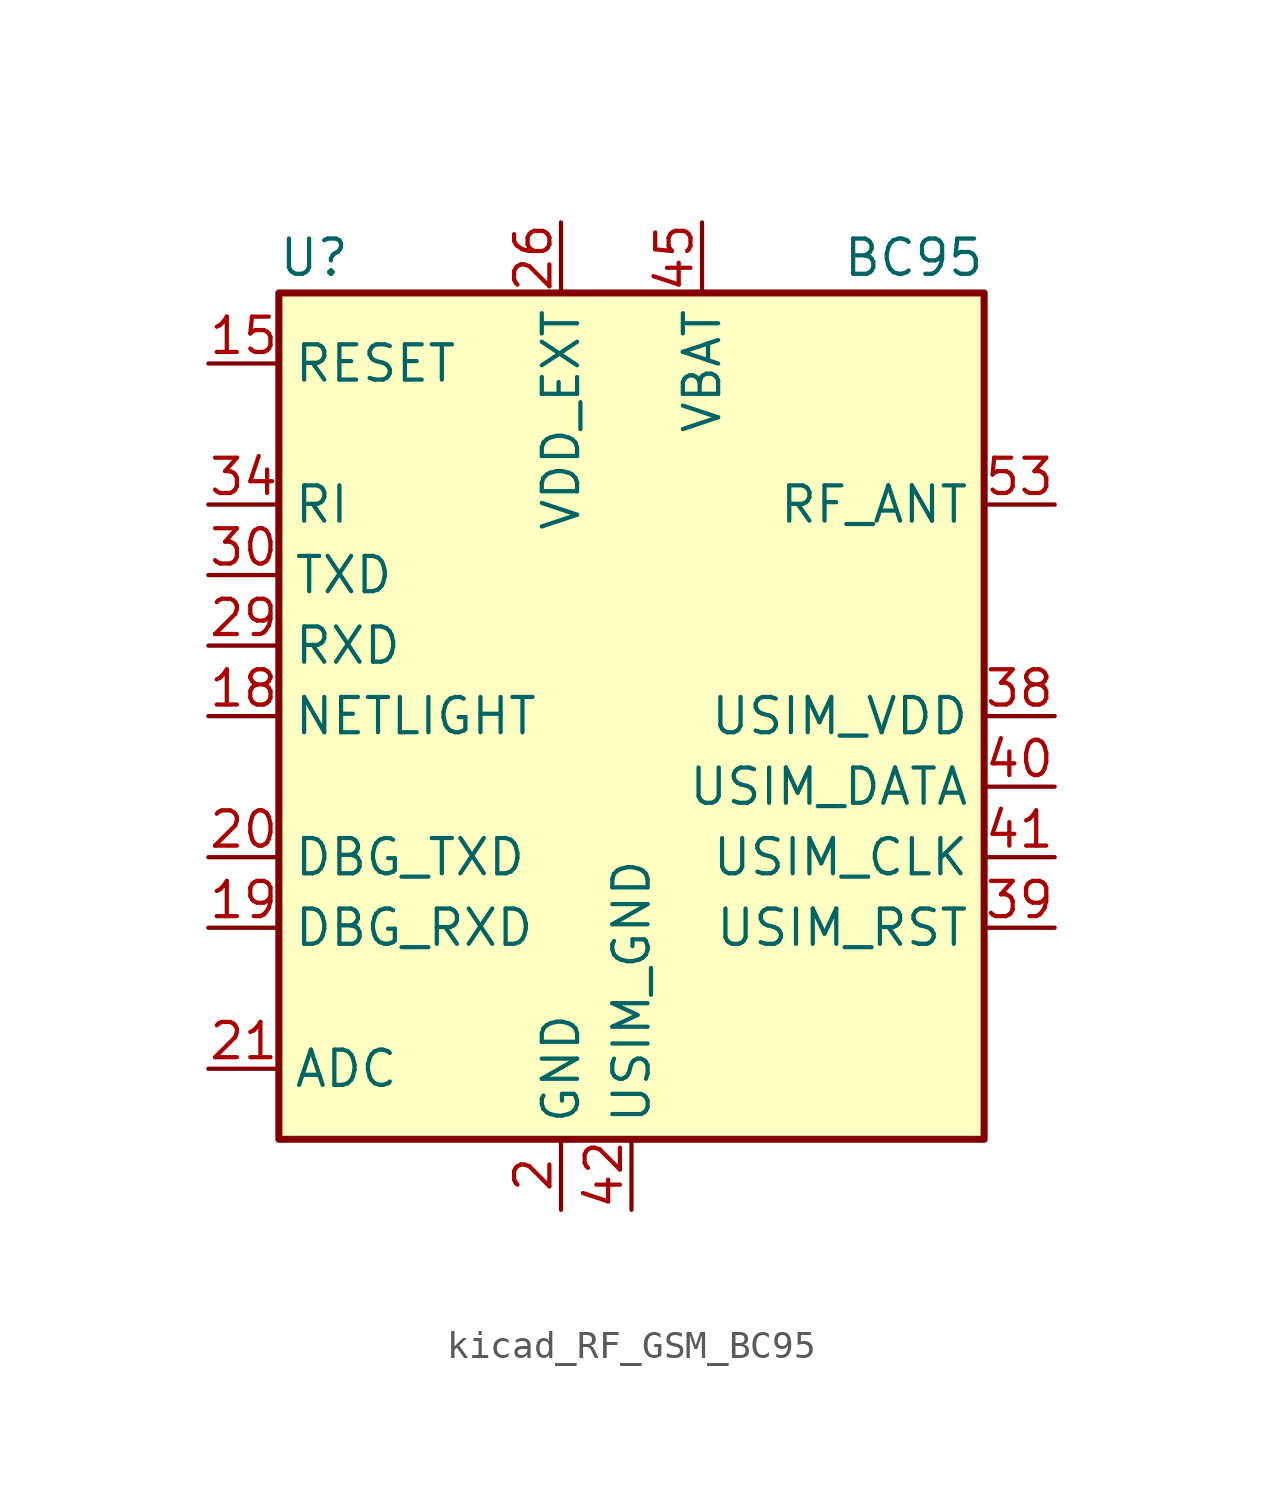
<source format=kicad_sym>
(kicad_symbol_lib
  (version 20220914)
  (generator kicad_symbol_editor)
  (symbol "kicad_RF_GSM_BC95"
    (property "Reference" "U"
      (at -11.43 16.51 0)
      (effects (font (size 1.27 1.27))))
    (property "Value" "BC95"
      (at 10.16 16.51 0)
      (effects (font (size 1.27 1.27))))
    (symbol "kicad_RF_GSM_BC95_0_1"
      (rectangle (start -12.7 15.24) (end 12.7 -15.24) (stroke (width 0.254) (type default)) (fill (type background))))
    (symbol "kicad_RF_GSM_BC95_1_1"
      (pin input line (at -15.24 12.7 0) (length 2.54) (name "RESET" (effects (font (size 1.27 1.27)))) (number "15" (effects (font (size 1.27 1.27)))))
      (pin output line (at -15.24 0 0) (length 2.54) (name "NETLIGHT" (effects (font (size 1.27 1.27)))) (number "18" (effects (font (size 1.27 1.27)))))
      (pin input line (at -15.24 -7.62 0) (length 2.54) (name "DBG_RXD" (effects (font (size 1.27 1.27)))) (number "19" (effects (font (size 1.27 1.27)))))
      (pin power_in line (at -2.54 -17.78 90) (length 2.54) (name "GND" (effects (font (size 1.27 1.27)))) (number "2" (effects (font (size 1.27 1.27)))))
      (pin output line (at -15.24 -5.08 0) (length 2.54) (name "DBG_TXD" (effects (font (size 1.27 1.27)))) (number "20" (effects (font (size 1.27 1.27)))))
      (pin input line (at -15.24 -12.7 0) (length 2.54) (name "ADC" (effects (font (size 1.27 1.27)))) (number "21" (effects (font (size 1.27 1.27)))))
      (pin power_out line (at -2.54 17.78 270) (length 2.54) (name "VDD_EXT" (effects (font (size 1.27 1.27)))) (number "26" (effects (font (size 1.27 1.27)))))
      (pin input line (at -15.24 2.54 0) (length 2.54) (name "RXD" (effects (font (size 1.27 1.27)))) (number "29" (effects (font (size 1.27 1.27)))))
      (pin output line (at -15.24 5.08 0) (length 2.54) (name "TXD" (effects (font (size 1.27 1.27)))) (number "30" (effects (font (size 1.27 1.27)))))
      (pin output line (at -15.24 7.62 0) (length 2.54) (name "RI" (effects (font (size 1.27 1.27)))) (number "34" (effects (font (size 1.27 1.27)))))
      (pin power_out line (at 15.24 0 180) (length 2.54) (name "USIM_VDD" (effects (font (size 1.27 1.27)))) (number "38" (effects (font (size 1.27 1.27)))))
      (pin output line (at 15.24 -7.62 180) (length 2.54) (name "USIM_RST" (effects (font (size 1.27 1.27)))) (number "39" (effects (font (size 1.27 1.27)))))
      (pin bidirectional line (at 15.24 -2.54 180) (length 2.54) (name "USIM_DATA" (effects (font (size 1.27 1.27)))) (number "40" (effects (font (size 1.27 1.27)))))
      (pin output line (at 15.24 -5.08 180) (length 2.54) (name "USIM_CLK" (effects (font (size 1.27 1.27)))) (number "41" (effects (font (size 1.27 1.27)))))
      (pin power_in line (at 0 -17.78 90) (length 2.54) (name "USIM_GND" (effects (font (size 1.27 1.27)))) (number "42" (effects (font (size 1.27 1.27)))))
      (pin passive line (at -2.54 -17.78 90) (length 2.54) hide (name "GND" (effects (font (size 1.27 1.27)))) (number "43" (effects (font (size 1.27 1.27)))))
      (pin power_in line (at 2.54 17.78 270) (length 2.54) (name "VBAT" (effects (font (size 1.27 1.27)))) (number "45" (effects (font (size 1.27 1.27)))))
      (pin passive line (at 2.54 17.78 270) (length 2.54) hide (name "VBAT" (effects (font (size 1.27 1.27)))) (number "46" (effects (font (size 1.27 1.27)))))
      (pin passive line (at -2.54 -17.78 90) (length 2.54) hide (name "GND" (effects (font (size 1.27 1.27)))) (number "47" (effects (font (size 1.27 1.27)))))
      (pin passive line (at -2.54 -17.78 90) (length 2.54) hide (name "GND" (effects (font (size 1.27 1.27)))) (number "48" (effects (font (size 1.27 1.27)))))
      (pin passive line (at -2.54 -17.78 90) (length 2.54) hide (name "GND" (effects (font (size 1.27 1.27)))) (number "51" (effects (font (size 1.27 1.27)))))
      (pin passive line (at -2.54 -17.78 90) (length 2.54) hide (name "GND" (effects (font (size 1.27 1.27)))) (number "52" (effects (font (size 1.27 1.27)))))
      (pin passive line (at 15.24 7.62 180) (length 2.54) (name "RF_ANT" (effects (font (size 1.27 1.27)))) (number "53" (effects (font (size 1.27 1.27)))))
      (pin passive line (at -2.54 -17.78 90) (length 2.54) hide (name "GND" (effects (font (size 1.27 1.27)))) (number "54" (effects (font (size 1.27 1.27)))))
      (pin passive line (at -2.54 -17.78 90) (length 2.54) hide (name "GND" (effects (font (size 1.27 1.27)))) (number "59" (effects (font (size 1.27 1.27)))))
      (pin passive line (at -2.54 -17.78 90) (length 2.54) hide (name "GND" (effects (font (size 1.27 1.27)))) (number "60" (effects (font (size 1.27 1.27)))))
      (pin passive line (at -2.54 -17.78 90) (length 2.54) hide (name "GND" (effects (font (size 1.27 1.27)))) (number "61" (effects (font (size 1.27 1.27)))))
      (pin passive line (at -2.54 -17.78 90) (length 2.54) hide (name "GND" (effects (font (size 1.27 1.27)))) (number "62" (effects (font (size 1.27 1.27)))))
      (pin passive line (at -2.54 -17.78 90) (length 2.54) hide (name "GND" (effects (font (size 1.27 1.27)))) (number "63" (effects (font (size 1.27 1.27)))))
      (pin passive line (at -2.54 -17.78 90) (length 2.54) hide (name "GND" (effects (font (size 1.27 1.27)))) (number "64" (effects (font (size 1.27 1.27)))))
      (pin passive line (at -2.54 -17.78 90) (length 2.54) hide (name "GND" (effects (font (size 1.27 1.27)))) (number "65" (effects (font (size 1.27 1.27)))))
      (pin passive line (at -2.54 -17.78 90) (length 2.54) hide (name "GND" (effects (font (size 1.27 1.27)))) (number "66" (effects (font (size 1.27 1.27)))))
      (pin passive line (at -2.54 -17.78 90) (length 2.54) hide (name "GND" (effects (font (size 1.27 1.27)))) (number "71" (effects (font (size 1.27 1.27)))))
      (pin passive line (at -2.54 -17.78 90) (length 2.54) hide (name "GND" (effects (font (size 1.27 1.27)))) (number "72" (effects (font (size 1.27 1.27)))))
      (pin passive line (at -2.54 -17.78 90) (length 2.54) hide (name "GND" (effects (font (size 1.27 1.27)))) (number "73" (effects (font (size 1.27 1.27)))))
      (pin passive line (at -2.54 -17.78 90) (length 2.54) hide (name "GND" (effects (font (size 1.27 1.27)))) (number "74" (effects (font (size 1.27 1.27)))))
      (pin passive line (at -2.54 -17.78 90) (length 2.54) hide (name "GND" (effects (font (size 1.27 1.27)))) (number "81" (effects (font (size 1.27 1.27)))))
      (pin passive line (at -2.54 -17.78 90) (length 2.54) hide (name "GND" (effects (font (size 1.27 1.27)))) (number "82" (effects (font (size 1.27 1.27)))))
      (pin passive line (at -2.54 -17.78 90) (length 2.54) hide (name "GND" (effects (font (size 1.27 1.27)))) (number "83" (effects (font (size 1.27 1.27)))))
      (pin passive line (at -2.54 -17.78 90) (length 2.54) hide (name "GND" (effects (font (size 1.27 1.27)))) (number "92" (effects (font (size 1.27 1.27)))))
      (pin passive line (at -2.54 -17.78 90) (length 2.54) hide (name "GND" (effects (font (size 1.27 1.27)))) (number "93" (effects (font (size 1.27 1.27)))))
      (pin passive line (at -2.54 -17.78 90) (length 2.54) hide (name "GND" (effects (font (size 1.27 1.27)))) (number "94" (effects (font (size 1.27 1.27))))))))
</source>
